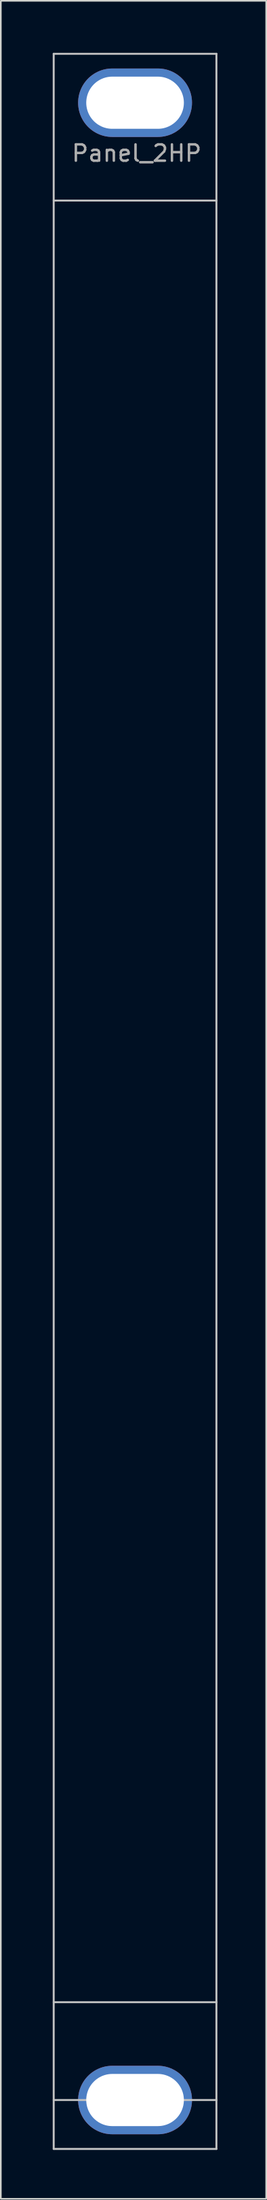
<source format=kicad_pcb>
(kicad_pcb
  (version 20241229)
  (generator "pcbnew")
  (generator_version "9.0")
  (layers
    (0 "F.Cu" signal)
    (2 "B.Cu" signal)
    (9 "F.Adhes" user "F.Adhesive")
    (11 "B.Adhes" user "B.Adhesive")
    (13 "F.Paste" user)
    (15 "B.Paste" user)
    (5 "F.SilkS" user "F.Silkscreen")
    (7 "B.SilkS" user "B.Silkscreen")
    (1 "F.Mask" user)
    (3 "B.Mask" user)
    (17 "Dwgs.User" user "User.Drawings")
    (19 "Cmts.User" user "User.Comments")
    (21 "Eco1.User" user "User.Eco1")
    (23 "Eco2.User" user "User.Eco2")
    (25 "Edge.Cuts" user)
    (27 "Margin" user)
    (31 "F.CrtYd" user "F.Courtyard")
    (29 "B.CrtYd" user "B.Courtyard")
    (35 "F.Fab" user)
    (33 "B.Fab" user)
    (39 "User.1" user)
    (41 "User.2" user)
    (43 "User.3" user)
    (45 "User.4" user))
  (footprint "Panel_2HP"
    (layer "F.Cu")
    (at 0.25 0.25)
    (property "Reference" "Panel_2HP" (at 5.1 6.1 0) (layer "F.Fab") (effects (font (size 1 1) (thickness 0.15))))
    (attr through_hole)
    (fp_line (start 0 0) (end 10 0) (stroke (width 0.12) (type solid)) (layer "Dwgs.User"))
    (fp_line (start 0 9) (end 10 9) (stroke (width 0.12) (type solid)) (layer "Dwgs.User"))
    (fp_line (start 0 119.5) (end 10 119.5) (stroke (width 0.12) (type solid)) (layer "Dwgs.User"))
    (fp_line (start 0 125.5) (end 10 125.5) (stroke (width 0.12) (type solid)) (layer "Dwgs.User"))
    (fp_line (start 0 128.5) (end 0 0) (stroke (width 0.12) (type solid)) (layer "Dwgs.User"))
    (fp_line (start 10 0) (end 10 128.5) (stroke (width 0.12) (type solid)) (layer "Dwgs.User"))
    (fp_line (start 10 128.5) (end 0 128.5) (stroke (width 0.12) (type solid)) (layer "Dwgs.User"))
    (pad "" thru_hole oval (at 5 3) (size 7 4.2) (drill oval 6 3.2) (layers "*.Cu" "*.Mask"))
    (pad "" thru_hole oval (at 5 125.5) (size 7 4.2) (drill oval 6 3.2) (layers "*.Cu" "*.Mask")))
  (gr_rect
    (start -3 -3)
    (end 13.31 131.81)
    (stroke (width 0.1) (type default))
    (fill no)
    (layer "Edge.Cuts")))
</source>
